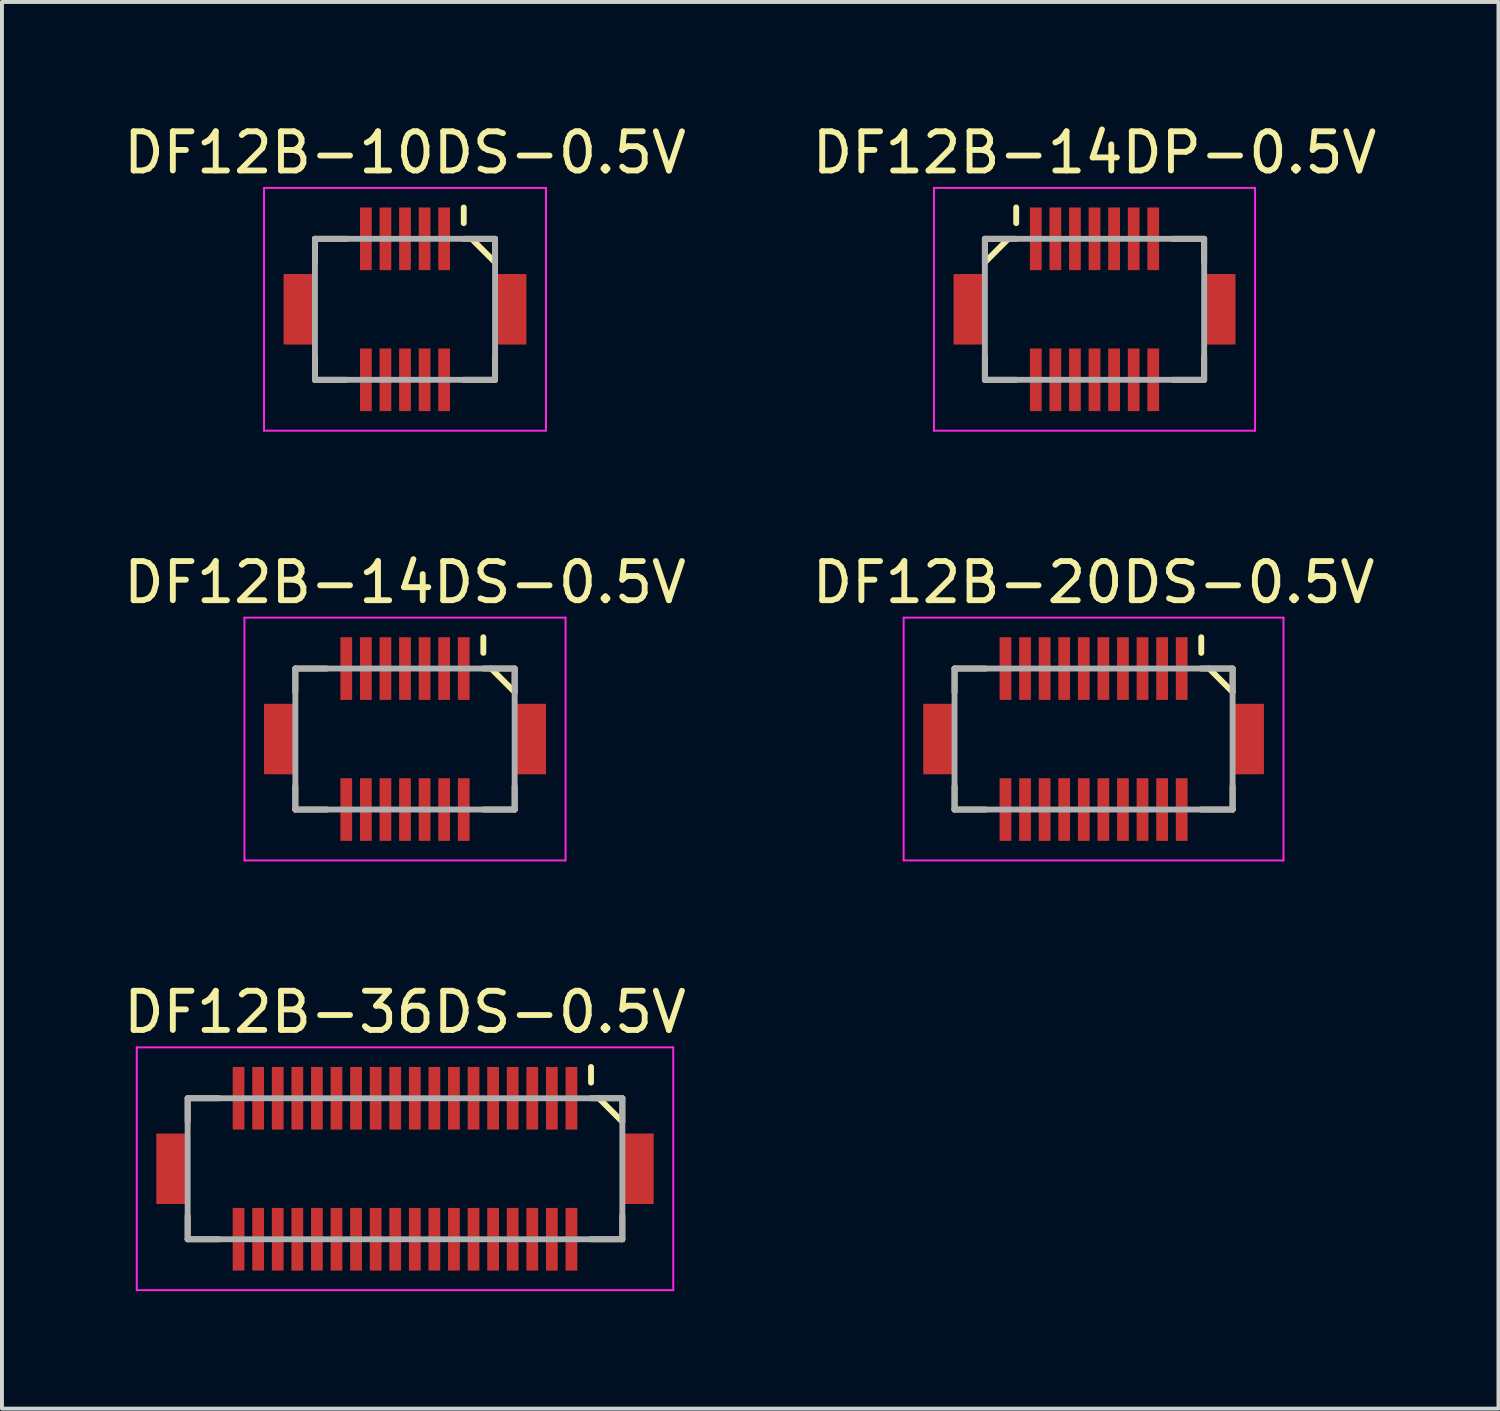
<source format=kicad_pcb>
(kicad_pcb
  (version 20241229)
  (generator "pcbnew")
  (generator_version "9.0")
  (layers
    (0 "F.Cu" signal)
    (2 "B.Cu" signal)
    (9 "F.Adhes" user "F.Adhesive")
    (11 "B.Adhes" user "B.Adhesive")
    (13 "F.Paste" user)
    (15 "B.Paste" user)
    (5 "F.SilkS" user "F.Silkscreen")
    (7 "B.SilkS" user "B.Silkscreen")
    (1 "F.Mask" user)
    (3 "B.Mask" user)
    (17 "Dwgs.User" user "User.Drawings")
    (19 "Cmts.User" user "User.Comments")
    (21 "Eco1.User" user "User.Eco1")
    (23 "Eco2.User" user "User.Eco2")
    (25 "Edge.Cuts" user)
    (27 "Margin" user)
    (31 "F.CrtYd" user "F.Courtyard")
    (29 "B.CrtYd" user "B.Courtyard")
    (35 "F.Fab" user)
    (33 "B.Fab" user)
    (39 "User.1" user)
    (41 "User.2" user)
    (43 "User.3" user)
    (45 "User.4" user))
  (footprint "DF12B-20DS-0.5V"
    (layer "F.Cu")
    (at 24.875 15.822)
    (property "Reference" "DF12B-20DS-0.5V" (at 0 -4 0) (layer "F.SilkS") (effects (font (size 1 1) (thickness 0.15))))
    (attr smd)
    (fp_line (start -3.55 -1.8) (end -3.55 -1.2) (stroke (width 0.15) (type solid)) (layer "F.SilkS"))
    (fp_line (start -3.55 -1.8) (end -2.75 -1.8) (stroke (width 0.15) (type solid)) (layer "F.SilkS"))
    (fp_line (start -3.55 1.2) (end -3.55 1.8) (stroke (width 0.15) (type solid)) (layer "F.SilkS"))
    (fp_line (start -3.55 1.8) (end -2.75 1.8) (stroke (width 0.15) (type solid)) (layer "F.SilkS"))
    (fp_line (start 2.75 -2.6) (end 2.75 -2.2) (stroke (width 0.15) (type solid)) (layer "F.SilkS"))
    (fp_line (start 2.75 -1.8) (end 3.55 -1.8) (stroke (width 0.15) (type solid)) (layer "F.SilkS"))
    (fp_line (start 2.75 1.8) (end 3.55 1.8) (stroke (width 0.15) (type solid)) (layer "F.SilkS"))
    (fp_line (start 2.95 -1.8) (end 3.55 -1.2) (stroke (width 0.15) (type solid)) (layer "F.SilkS"))
    (fp_line (start 3.55 -1.8) (end 3.55 -1.2) (stroke (width 0.15) (type solid)) (layer "F.SilkS"))
    (fp_line (start 3.55 1.2) (end 3.55 1.8) (stroke (width 0.15) (type solid)) (layer "F.SilkS"))
    (fp_line (start -4.85 -3.1) (end -4.85 3.1) (stroke (width 0.05) (type solid)) (layer "F.CrtYd"))
    (fp_line (start -4.85 -3.1) (end 4.85 -3.1) (stroke (width 0.05) (type solid)) (layer "F.CrtYd"))
    (fp_line (start -4.85 3.1) (end 4.85 3.1) (stroke (width 0.05) (type solid)) (layer "F.CrtYd"))
    (fp_line (start 4.85 -3.1) (end 4.85 3.1) (stroke (width 0.05) (type solid)) (layer "F.CrtYd"))
    (fp_line (start -3.55 -1.8) (end -3.55 1.8) (stroke (width 0.15) (type solid)) (layer "F.Fab"))
    (fp_line (start -3.55 -1.8) (end 3.55 -1.8) (stroke (width 0.15) (type solid)) (layer "F.Fab"))
    (fp_line (start -3.55 1.8) (end 3.55 1.8) (stroke (width 0.15) (type solid)) (layer "F.Fab"))
    (fp_line (start 3.55 -1.8) (end 3.55 1.8) (stroke (width 0.15) (type solid)) (layer "F.Fab"))
    (pad "1" smd rect (at 2.25 -1.8) (size 0.3 1.6) (layers "F.Cu" "F.Mask" "F.Paste"))
    (pad "2" smd rect (at 2.25 1.8) (size 0.3 1.6) (layers "F.Cu" "F.Mask" "F.Paste"))
    (pad "3" smd rect (at 1.75 -1.8) (size 0.3 1.6) (layers "F.Cu" "F.Mask" "F.Paste"))
    (pad "4" smd rect (at 1.75 1.8) (size 0.3 1.6) (layers "F.Cu" "F.Mask" "F.Paste"))
    (pad "5" smd rect (at 1.25 -1.8) (size 0.3 1.6) (layers "F.Cu" "F.Mask" "F.Paste"))
    (pad "6" smd rect (at 1.25 1.8) (size 0.3 1.6) (layers "F.Cu" "F.Mask" "F.Paste"))
    (pad "7" smd rect (at 0.75 -1.8) (size 0.3 1.6) (layers "F.Cu" "F.Mask" "F.Paste"))
    (pad "8" smd rect (at 0.75 1.8) (size 0.3 1.6) (layers "F.Cu" "F.Mask" "F.Paste"))
    (pad "9" smd rect (at 0.25 -1.8) (size 0.3 1.6) (layers "F.Cu" "F.Mask" "F.Paste"))
    (pad "10" smd rect (at 0.25 1.8) (size 0.3 1.6) (layers "F.Cu" "F.Mask" "F.Paste"))
    (pad "11" smd rect (at -0.25 -1.8) (size 0.3 1.6) (layers "F.Cu" "F.Mask" "F.Paste"))
    (pad "12" smd rect (at -0.25 1.8) (size 0.3 1.6) (layers "F.Cu" "F.Mask" "F.Paste"))
    (pad "13" smd rect (at -0.75 -1.8) (size 0.3 1.6) (layers "F.Cu" "F.Mask" "F.Paste"))
    (pad "14" smd rect (at -0.75 1.8) (size 0.3 1.6) (layers "F.Cu" "F.Mask" "F.Paste"))
    (pad "15" smd rect (at -1.25 -1.8) (size 0.3 1.6) (layers "F.Cu" "F.Mask" "F.Paste"))
    (pad "16" smd rect (at -1.25 1.8) (size 0.3 1.6) (layers "F.Cu" "F.Mask" "F.Paste"))
    (pad "17" smd rect (at -1.75 -1.8) (size 0.3 1.6) (layers "F.Cu" "F.Mask" "F.Paste"))
    (pad "18" smd rect (at -1.75 1.8) (size 0.3 1.6) (layers "F.Cu" "F.Mask" "F.Paste"))
    (pad "19" smd rect (at -2.25 -1.8) (size 0.3 1.6) (layers "F.Cu" "F.Mask" "F.Paste"))
    (pad "20" smd rect (at -2.25 1.8) (size 0.3 1.6) (layers "F.Cu" "F.Mask" "F.Paste"))
    (pad "S" smd rect (at -3.95 0) (size 0.8 1.8) (layers "F.Cu" "F.Mask" "F.Paste"))
    (pad "S" smd rect (at 3.95 0) (size 0.8 1.8) (layers "F.Cu" "F.Mask" "F.Paste")))
  (footprint "DF12B-36DS-0.5V"
    (layer "F.Cu")
    (at 7.292 26.795)
    (property "Reference" "DF12B-36DS-0.5V" (at 0 -4 0) (layer "F.SilkS") (effects (font (size 1 1) (thickness 0.15))))
    (attr smd)
    (fp_line (start -5.55 -1.8) (end -5.55 -1.2) (stroke (width 0.15) (type solid)) (layer "F.SilkS"))
    (fp_line (start -5.55 -1.8) (end -4.75 -1.8) (stroke (width 0.15) (type solid)) (layer "F.SilkS"))
    (fp_line (start -5.55 1.2) (end -5.55 1.8) (stroke (width 0.15) (type solid)) (layer "F.SilkS"))
    (fp_line (start -5.55 1.8) (end -4.75 1.8) (stroke (width 0.15) (type solid)) (layer "F.SilkS"))
    (fp_line (start 4.75 -2.6) (end 4.75 -2.2) (stroke (width 0.15) (type solid)) (layer "F.SilkS"))
    (fp_line (start 4.75 -1.8) (end 5.55 -1.8) (stroke (width 0.15) (type solid)) (layer "F.SilkS"))
    (fp_line (start 4.75 1.8) (end 5.55 1.8) (stroke (width 0.15) (type solid)) (layer "F.SilkS"))
    (fp_line (start 4.95 -1.8) (end 5.55 -1.2) (stroke (width 0.15) (type solid)) (layer "F.SilkS"))
    (fp_line (start 5.55 -1.8) (end 5.55 -1.2) (stroke (width 0.15) (type solid)) (layer "F.SilkS"))
    (fp_line (start 5.55 1.2) (end 5.55 1.8) (stroke (width 0.15) (type solid)) (layer "F.SilkS"))
    (fp_line (start -6.85 -3.1) (end -6.85 3.1) (stroke (width 0.05) (type solid)) (layer "F.CrtYd"))
    (fp_line (start -6.85 -3.1) (end 6.85 -3.1) (stroke (width 0.05) (type solid)) (layer "F.CrtYd"))
    (fp_line (start -6.85 3.1) (end 6.85 3.1) (stroke (width 0.05) (type solid)) (layer "F.CrtYd"))
    (fp_line (start 6.85 -3.1) (end 6.85 3.1) (stroke (width 0.05) (type solid)) (layer "F.CrtYd"))
    (fp_line (start -5.55 -1.8) (end -5.55 1.8) (stroke (width 0.15) (type solid)) (layer "F.Fab"))
    (fp_line (start -5.55 -1.8) (end 5.55 -1.8) (stroke (width 0.15) (type solid)) (layer "F.Fab"))
    (fp_line (start -5.55 1.8) (end 5.55 1.8) (stroke (width 0.15) (type solid)) (layer "F.Fab"))
    (fp_line (start 5.55 -1.8) (end 5.55 1.8) (stroke (width 0.15) (type solid)) (layer "F.Fab"))
    (pad "1" smd rect (at 4.25 -1.8) (size 0.3 1.6) (layers "F.Cu" "F.Mask" "F.Paste"))
    (pad "2" smd rect (at 4.25 1.8) (size 0.3 1.6) (layers "F.Cu" "F.Mask" "F.Paste"))
    (pad "3" smd rect (at 3.75 -1.8) (size 0.3 1.6) (layers "F.Cu" "F.Mask" "F.Paste"))
    (pad "4" smd rect (at 3.75 1.8) (size 0.3 1.6) (layers "F.Cu" "F.Mask" "F.Paste"))
    (pad "5" smd rect (at 3.25 -1.8) (size 0.3 1.6) (layers "F.Cu" "F.Mask" "F.Paste"))
    (pad "6" smd rect (at 3.25 1.8) (size 0.3 1.6) (layers "F.Cu" "F.Mask" "F.Paste"))
    (pad "7" smd rect (at 2.75 -1.8) (size 0.3 1.6) (layers "F.Cu" "F.Mask" "F.Paste"))
    (pad "8" smd rect (at 2.75 1.8) (size 0.3 1.6) (layers "F.Cu" "F.Mask" "F.Paste"))
    (pad "9" smd rect (at 2.25 -1.8) (size 0.3 1.6) (layers "F.Cu" "F.Mask" "F.Paste"))
    (pad "10" smd rect (at 2.25 1.8) (size 0.3 1.6) (layers "F.Cu" "F.Mask" "F.Paste"))
    (pad "11" smd rect (at 1.75 -1.8) (size 0.3 1.6) (layers "F.Cu" "F.Mask" "F.Paste"))
    (pad "12" smd rect (at 1.75 1.8) (size 0.3 1.6) (layers "F.Cu" "F.Mask" "F.Paste"))
    (pad "13" smd rect (at 1.25 -1.8) (size 0.3 1.6) (layers "F.Cu" "F.Mask" "F.Paste"))
    (pad "14" smd rect (at 1.25 1.8) (size 0.3 1.6) (layers "F.Cu" "F.Mask" "F.Paste"))
    (pad "15" smd rect (at 0.75 -1.8) (size 0.3 1.6) (layers "F.Cu" "F.Mask" "F.Paste"))
    (pad "16" smd rect (at 0.75 1.8) (size 0.3 1.6) (layers "F.Cu" "F.Mask" "F.Paste"))
    (pad "17" smd rect (at 0.25 -1.8) (size 0.3 1.6) (layers "F.Cu" "F.Mask" "F.Paste"))
    (pad "18" smd rect (at 0.25 1.8) (size 0.3 1.6) (layers "F.Cu" "F.Mask" "F.Paste"))
    (pad "19" smd rect (at -0.25 -1.8) (size 0.3 1.6) (layers "F.Cu" "F.Mask" "F.Paste"))
    (pad "20" smd rect (at -0.25 1.8) (size 0.3 1.6) (layers "F.Cu" "F.Mask" "F.Paste"))
    (pad "21" smd rect (at -0.75 -1.8) (size 0.3 1.6) (layers "F.Cu" "F.Mask" "F.Paste"))
    (pad "22" smd rect (at -0.75 1.8) (size 0.3 1.6) (layers "F.Cu" "F.Mask" "F.Paste"))
    (pad "23" smd rect (at -1.25 -1.8) (size 0.3 1.6) (layers "F.Cu" "F.Mask" "F.Paste"))
    (pad "24" smd rect (at -1.25 1.8) (size 0.3 1.6) (layers "F.Cu" "F.Mask" "F.Paste"))
    (pad "25" smd rect (at -1.75 -1.8) (size 0.3 1.6) (layers "F.Cu" "F.Mask" "F.Paste"))
    (pad "26" smd rect (at -1.75 1.8) (size 0.3 1.6) (layers "F.Cu" "F.Mask" "F.Paste"))
    (pad "27" smd rect (at -2.25 -1.8) (size 0.3 1.6) (layers "F.Cu" "F.Mask" "F.Paste"))
    (pad "28" smd rect (at -2.25 1.8) (size 0.3 1.6) (layers "F.Cu" "F.Mask" "F.Paste"))
    (pad "29" smd rect (at -2.75 -1.8) (size 0.3 1.6) (layers "F.Cu" "F.Mask" "F.Paste"))
    (pad "30" smd rect (at -2.75 1.8) (size 0.3 1.6) (layers "F.Cu" "F.Mask" "F.Paste"))
    (pad "31" smd rect (at -3.25 -1.8) (size 0.3 1.6) (layers "F.Cu" "F.Mask" "F.Paste"))
    (pad "32" smd rect (at -3.25 1.8) (size 0.3 1.6) (layers "F.Cu" "F.Mask" "F.Paste"))
    (pad "33" smd rect (at -3.75 -1.8) (size 0.3 1.6) (layers "F.Cu" "F.Mask" "F.Paste"))
    (pad "34" smd rect (at -3.75 1.8) (size 0.3 1.6) (layers "F.Cu" "F.Mask" "F.Paste"))
    (pad "35" smd rect (at -4.25 -1.8) (size 0.3 1.6) (layers "F.Cu" "F.Mask" "F.Paste"))
    (pad "36" smd rect (at -4.25 1.8) (size 0.3 1.6) (layers "F.Cu" "F.Mask" "F.Paste"))
    (pad "S" smd rect (at -5.95 0) (size 0.8 1.8) (layers "F.Cu" "F.Mask" "F.Paste"))
    (pad "S" smd rect (at 5.95 0) (size 0.8 1.8) (layers "F.Cu" "F.Mask" "F.Paste")))
  (footprint "DF12B-14DP-0.5V"
    (layer "F.Cu")
    (at 24.899 4.848)
    (property "Reference" "DF12B-14DP-0.5V" (at 0 -4 0) (layer "F.SilkS") (effects (font (size 1 1) (thickness 0.15))))
    (attr smd)
    (fp_line (start -2.8 -1.8) (end -2.8 -1.2) (stroke (width 0.15) (type solid)) (layer "F.SilkS"))
    (fp_line (start -2.8 -1.8) (end -2 -1.8) (stroke (width 0.15) (type solid)) (layer "F.SilkS"))
    (fp_line (start -2.8 1.2) (end -2.8 1.8) (stroke (width 0.15) (type solid)) (layer "F.SilkS"))
    (fp_line (start -2.8 1.8) (end -2 1.8) (stroke (width 0.15) (type solid)) (layer "F.SilkS"))
    (fp_line (start -2.2 -1.8) (end -2.8 -1.2) (stroke (width 0.15) (type solid)) (layer "F.SilkS"))
    (fp_line (start -2 -2.6) (end -2 -2.2) (stroke (width 0.15) (type solid)) (layer "F.SilkS"))
    (fp_line (start 2 -1.8) (end 2.8 -1.8) (stroke (width 0.15) (type solid)) (layer "F.SilkS"))
    (fp_line (start 2 1.8) (end 2.8 1.8) (stroke (width 0.15) (type solid)) (layer "F.SilkS"))
    (fp_line (start 2.8 -1.8) (end 2.8 -1.2) (stroke (width 0.15) (type solid)) (layer "F.SilkS"))
    (fp_line (start 2.8 1.2) (end 2.8 1.8) (stroke (width 0.15) (type solid)) (layer "F.SilkS"))
    (fp_line (start -4.1 -3.1) (end -4.1 3.1) (stroke (width 0.05) (type solid)) (layer "F.CrtYd"))
    (fp_line (start -4.1 -3.1) (end 4.1 -3.1) (stroke (width 0.05) (type solid)) (layer "F.CrtYd"))
    (fp_line (start -4.1 3.1) (end 4.1 3.1) (stroke (width 0.05) (type solid)) (layer "F.CrtYd"))
    (fp_line (start 4.1 -3.1) (end 4.1 3.1) (stroke (width 0.05) (type solid)) (layer "F.CrtYd"))
    (fp_line (start -2.8 -1.8) (end -2.8 1.8) (stroke (width 0.15) (type solid)) (layer "F.Fab"))
    (fp_line (start -2.8 -1.8) (end 2.8 -1.8) (stroke (width 0.15) (type solid)) (layer "F.Fab"))
    (fp_line (start -2.8 1.8) (end 2.8 1.8) (stroke (width 0.15) (type solid)) (layer "F.Fab"))
    (fp_line (start 2.8 -1.8) (end 2.8 1.8) (stroke (width 0.15) (type solid)) (layer "F.Fab"))
    (pad "1" smd rect (at -1.5 -1.8) (size 0.3 1.6) (layers "F.Cu" "F.Mask" "F.Paste"))
    (pad "2" smd rect (at -1.5 1.8) (size 0.3 1.6) (layers "F.Cu" "F.Mask" "F.Paste"))
    (pad "3" smd rect (at -1 -1.8) (size 0.3 1.6) (layers "F.Cu" "F.Mask" "F.Paste"))
    (pad "4" smd rect (at -1 1.8) (size 0.3 1.6) (layers "F.Cu" "F.Mask" "F.Paste"))
    (pad "5" smd rect (at -0.5 -1.8) (size 0.3 1.6) (layers "F.Cu" "F.Mask" "F.Paste"))
    (pad "6" smd rect (at -0.5 1.8) (size 0.3 1.6) (layers "F.Cu" "F.Mask" "F.Paste"))
    (pad "7" smd rect (at 0 -1.8) (size 0.3 1.6) (layers "F.Cu" "F.Mask" "F.Paste"))
    (pad "8" smd rect (at 0 1.8) (size 0.3 1.6) (layers "F.Cu" "F.Mask" "F.Paste"))
    (pad "9" smd rect (at 0.5 -1.8) (size 0.3 1.6) (layers "F.Cu" "F.Mask" "F.Paste"))
    (pad "10" smd rect (at 0.5 1.8) (size 0.3 1.6) (layers "F.Cu" "F.Mask" "F.Paste"))
    (pad "11" smd rect (at 1 -1.8) (size 0.3 1.6) (layers "F.Cu" "F.Mask" "F.Paste"))
    (pad "12" smd rect (at 1 1.8) (size 0.3 1.6) (layers "F.Cu" "F.Mask" "F.Paste"))
    (pad "13" smd rect (at 1.5 -1.8) (size 0.3 1.6) (layers "F.Cu" "F.Mask" "F.Paste"))
    (pad "14" smd rect (at 1.5 1.8) (size 0.3 1.6) (layers "F.Cu" "F.Mask" "F.Paste"))
    (pad "S" smd rect (at -3.2 0) (size 0.8 1.8) (layers "F.Cu" "F.Mask" "F.Paste"))
    (pad "S" smd rect (at 3.2 0) (size 0.8 1.8) (layers "F.Cu" "F.Mask" "F.Paste")))
  (footprint "DF12B-10DS-0.5V"
    (layer "F.Cu")
    (at 7.292 4.848)
    (property "Reference" "DF12B-10DS-0.5V" (at 0 -4 0) (layer "F.SilkS") (effects (font (size 1 1) (thickness 0.15))))
    (attr smd)
    (fp_line (start -2.3 -1.8) (end -2.3 -1.2) (stroke (width 0.15) (type solid)) (layer "F.SilkS"))
    (fp_line (start -2.3 -1.8) (end -1.5 -1.8) (stroke (width 0.15) (type solid)) (layer "F.SilkS"))
    (fp_line (start -2.3 1.2) (end -2.3 1.8) (stroke (width 0.15) (type solid)) (layer "F.SilkS"))
    (fp_line (start -2.3 1.8) (end -1.5 1.8) (stroke (width 0.15) (type solid)) (layer "F.SilkS"))
    (fp_line (start 1.5 -2.6) (end 1.5 -2.2) (stroke (width 0.15) (type solid)) (layer "F.SilkS"))
    (fp_line (start 1.5 -1.8) (end 2.3 -1.8) (stroke (width 0.15) (type solid)) (layer "F.SilkS"))
    (fp_line (start 1.5 1.8) (end 2.3 1.8) (stroke (width 0.15) (type solid)) (layer "F.SilkS"))
    (fp_line (start 1.7 -1.8) (end 2.3 -1.2) (stroke (width 0.15) (type solid)) (layer "F.SilkS"))
    (fp_line (start 2.3 -1.8) (end 2.3 -1.2) (stroke (width 0.15) (type solid)) (layer "F.SilkS"))
    (fp_line (start 2.3 1.2) (end 2.3 1.8) (stroke (width 0.15) (type solid)) (layer "F.SilkS"))
    (fp_line (start -3.6 -3.1) (end -3.6 3.1) (stroke (width 0.05) (type solid)) (layer "F.CrtYd"))
    (fp_line (start -3.6 -3.1) (end 3.6 -3.1) (stroke (width 0.05) (type solid)) (layer "F.CrtYd"))
    (fp_line (start -3.6 3.1) (end 3.6 3.1) (stroke (width 0.05) (type solid)) (layer "F.CrtYd"))
    (fp_line (start 3.6 -3.1) (end 3.6 3.1) (stroke (width 0.05) (type solid)) (layer "F.CrtYd"))
    (fp_line (start -2.3 -1.8) (end -2.3 1.8) (stroke (width 0.15) (type solid)) (layer "F.Fab"))
    (fp_line (start -2.3 -1.8) (end 2.3 -1.8) (stroke (width 0.15) (type solid)) (layer "F.Fab"))
    (fp_line (start -2.3 1.8) (end 2.3 1.8) (stroke (width 0.15) (type solid)) (layer "F.Fab"))
    (fp_line (start 2.3 -1.8) (end 2.3 1.8) (stroke (width 0.15) (type solid)) (layer "F.Fab"))
    (pad "1" smd rect (at 1 -1.8) (size 0.3 1.6) (layers "F.Cu" "F.Mask" "F.Paste"))
    (pad "2" smd rect (at 1 1.8) (size 0.3 1.6) (layers "F.Cu" "F.Mask" "F.Paste"))
    (pad "3" smd rect (at 0.5 -1.8) (size 0.3 1.6) (layers "F.Cu" "F.Mask" "F.Paste"))
    (pad "4" smd rect (at 0.5 1.8) (size 0.3 1.6) (layers "F.Cu" "F.Mask" "F.Paste"))
    (pad "5" smd rect (at 0 -1.8) (size 0.3 1.6) (layers "F.Cu" "F.Mask" "F.Paste"))
    (pad "6" smd rect (at 0 1.8) (size 0.3 1.6) (layers "F.Cu" "F.Mask" "F.Paste"))
    (pad "7" smd rect (at -0.5 -1.8) (size 0.3 1.6) (layers "F.Cu" "F.Mask" "F.Paste"))
    (pad "8" smd rect (at -0.5 1.8) (size 0.3 1.6) (layers "F.Cu" "F.Mask" "F.Paste"))
    (pad "9" smd rect (at -1 -1.8) (size 0.3 1.6) (layers "F.Cu" "F.Mask" "F.Paste"))
    (pad "10" smd rect (at -1 1.8) (size 0.3 1.6) (layers "F.Cu" "F.Mask" "F.Paste"))
    (pad "S" smd rect (at -2.7 0) (size 0.8 1.8) (layers "F.Cu" "F.Mask" "F.Paste"))
    (pad "S" smd rect (at 2.7 0) (size 0.8 1.8) (layers "F.Cu" "F.Mask" "F.Paste")))
  (footprint "DF12B-14DS-0.5V"
    (layer "F.Cu")
    (at 7.292 15.822)
    (property "Reference" "DF12B-14DS-0.5V" (at 0 -4 0) (layer "F.SilkS") (effects (font (size 1 1) (thickness 0.15))))
    (attr smd)
    (fp_line (start -2.8 -1.8) (end -2.8 -1.2) (stroke (width 0.15) (type solid)) (layer "F.SilkS"))
    (fp_line (start -2.8 -1.8) (end -2 -1.8) (stroke (width 0.15) (type solid)) (layer "F.SilkS"))
    (fp_line (start -2.8 1.2) (end -2.8 1.8) (stroke (width 0.15) (type solid)) (layer "F.SilkS"))
    (fp_line (start -2.8 1.8) (end -2 1.8) (stroke (width 0.15) (type solid)) (layer "F.SilkS"))
    (fp_line (start 2 -2.6) (end 2 -2.2) (stroke (width 0.15) (type solid)) (layer "F.SilkS"))
    (fp_line (start 2 -1.8) (end 2.8 -1.8) (stroke (width 0.15) (type solid)) (layer "F.SilkS"))
    (fp_line (start 2 1.8) (end 2.8 1.8) (stroke (width 0.15) (type solid)) (layer "F.SilkS"))
    (fp_line (start 2.2 -1.8) (end 2.8 -1.2) (stroke (width 0.15) (type solid)) (layer "F.SilkS"))
    (fp_line (start 2.8 -1.8) (end 2.8 -1.2) (stroke (width 0.15) (type solid)) (layer "F.SilkS"))
    (fp_line (start 2.8 1.2) (end 2.8 1.8) (stroke (width 0.15) (type solid)) (layer "F.SilkS"))
    (fp_line (start -4.1 -3.1) (end -4.1 3.1) (stroke (width 0.05) (type solid)) (layer "F.CrtYd"))
    (fp_line (start -4.1 -3.1) (end 4.1 -3.1) (stroke (width 0.05) (type solid)) (layer "F.CrtYd"))
    (fp_line (start -4.1 3.1) (end 4.1 3.1) (stroke (width 0.05) (type solid)) (layer "F.CrtYd"))
    (fp_line (start 4.1 -3.1) (end 4.1 3.1) (stroke (width 0.05) (type solid)) (layer "F.CrtYd"))
    (fp_line (start -2.8 -1.8) (end -2.8 1.8) (stroke (width 0.15) (type solid)) (layer "F.Fab"))
    (fp_line (start -2.8 -1.8) (end 2.8 -1.8) (stroke (width 0.15) (type solid)) (layer "F.Fab"))
    (fp_line (start -2.8 1.8) (end 2.8 1.8) (stroke (width 0.15) (type solid)) (layer "F.Fab"))
    (fp_line (start 2.8 -1.8) (end 2.8 1.8) (stroke (width 0.15) (type solid)) (layer "F.Fab"))
    (pad "1" smd rect (at 1.5 -1.8) (size 0.3 1.6) (layers "F.Cu" "F.Mask" "F.Paste"))
    (pad "2" smd rect (at 1.5 1.8) (size 0.3 1.6) (layers "F.Cu" "F.Mask" "F.Paste"))
    (pad "3" smd rect (at 1 -1.8) (size 0.3 1.6) (layers "F.Cu" "F.Mask" "F.Paste"))
    (pad "4" smd rect (at 1 1.8) (size 0.3 1.6) (layers "F.Cu" "F.Mask" "F.Paste"))
    (pad "5" smd rect (at 0.5 -1.8) (size 0.3 1.6) (layers "F.Cu" "F.Mask" "F.Paste"))
    (pad "6" smd rect (at 0.5 1.8) (size 0.3 1.6) (layers "F.Cu" "F.Mask" "F.Paste"))
    (pad "7" smd rect (at 0 -1.8) (size 0.3 1.6) (layers "F.Cu" "F.Mask" "F.Paste"))
    (pad "8" smd rect (at 0 1.8) (size 0.3 1.6) (layers "F.Cu" "F.Mask" "F.Paste"))
    (pad "9" smd rect (at -0.5 -1.8) (size 0.3 1.6) (layers "F.Cu" "F.Mask" "F.Paste"))
    (pad "10" smd rect (at -0.5 1.8) (size 0.3 1.6) (layers "F.Cu" "F.Mask" "F.Paste"))
    (pad "11" smd rect (at -1 -1.8) (size 0.3 1.6) (layers "F.Cu" "F.Mask" "F.Paste"))
    (pad "12" smd rect (at -1 1.8) (size 0.3 1.6) (layers "F.Cu" "F.Mask" "F.Paste"))
    (pad "13" smd rect (at -1.5 -1.8) (size 0.3 1.6) (layers "F.Cu" "F.Mask" "F.Paste"))
    (pad "14" smd rect (at -1.5 1.8) (size 0.3 1.6) (layers "F.Cu" "F.Mask" "F.Paste"))
    (pad "S" smd rect (at -3.2 0) (size 0.8 1.8) (layers "F.Cu" "F.Mask" "F.Paste"))
    (pad "S" smd rect (at 3.2 0) (size 0.8 1.8) (layers "F.Cu" "F.Mask" "F.Paste")))
  (gr_rect
    (start -3 -3)
    (end 35.214 32.92)
    (stroke (width 0.1) (type default))
    (fill no)
    (layer "Edge.Cuts")))
</source>
